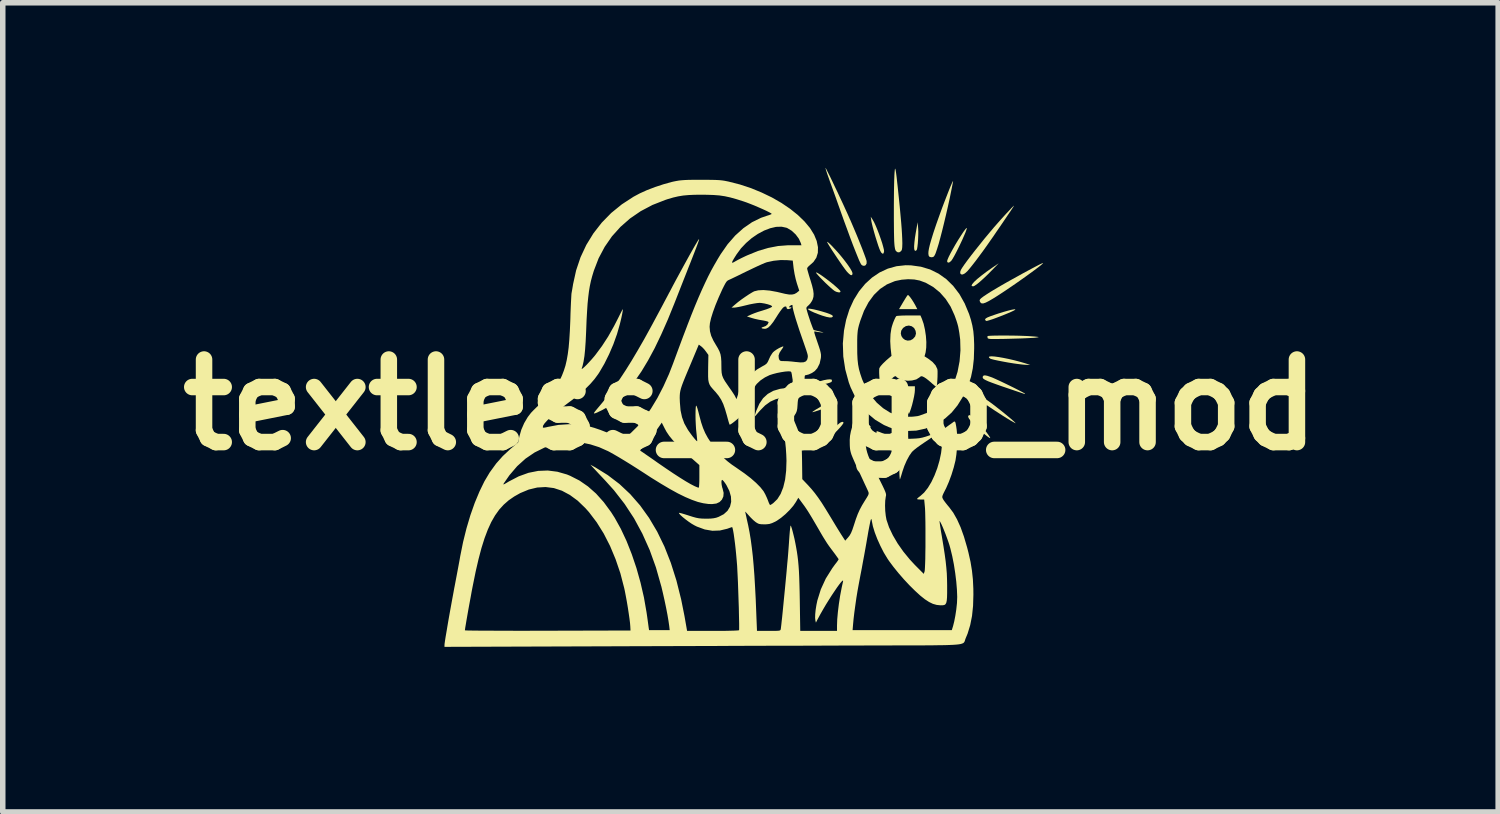
<source format=kicad_pcb>
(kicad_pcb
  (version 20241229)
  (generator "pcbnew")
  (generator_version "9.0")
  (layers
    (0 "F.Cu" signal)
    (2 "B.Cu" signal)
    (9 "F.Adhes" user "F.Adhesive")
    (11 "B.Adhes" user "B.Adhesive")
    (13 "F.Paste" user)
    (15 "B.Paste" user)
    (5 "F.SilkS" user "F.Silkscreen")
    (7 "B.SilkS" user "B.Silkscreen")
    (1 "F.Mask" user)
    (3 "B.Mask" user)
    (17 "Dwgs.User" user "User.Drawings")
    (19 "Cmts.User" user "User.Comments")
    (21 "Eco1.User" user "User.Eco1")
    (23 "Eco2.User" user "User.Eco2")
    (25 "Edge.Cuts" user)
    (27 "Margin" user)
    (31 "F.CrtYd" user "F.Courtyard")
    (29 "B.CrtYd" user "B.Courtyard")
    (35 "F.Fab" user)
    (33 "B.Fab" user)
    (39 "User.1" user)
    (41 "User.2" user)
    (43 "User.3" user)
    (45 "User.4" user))
  (footprint "textless_logo_mod"
    (layer "F.Cu")
    (at 10.586 4.304)
    (property "Reference" "textless_logo_mod" (at 0 0 0) (layer "F.SilkS") (effects (font (size 1.5 1.5) (thickness 0.3))))
    (attr board_only exclude_from_pos_files exclude_from_bom)
    (fp_poly (pts (xy 2.877 -1.983) (xy 2.903 -1.952) (xy 2.933 -1.91) (xy 2.964 -1.861) (xy 2.992 -1.812) (xy 2.996 -1.805) (xy 3.031 -1.737) (xy 2.865 -1.737) (xy 2.699 -1.737) (xy 2.73 -1.79) (xy 2.776 -1.868) (xy 2.81 -1.924) (xy 2.834 -1.962) (xy 2.849 -1.984) (xy 2.859 -1.993) (xy 2.862 -1.994)) (stroke (width 0) (type solid)) (fill yes) (layer "F.SilkS"))
    (fp_poly (pts (xy 4.388 -2.445) (xy 4.306 -2.362) (xy 4.23 -2.29) (xy 4.163 -2.23) (xy 4.108 -2.186) (xy 4.067 -2.159) (xy 4.045 -2.151) (xy 4.022 -2.157) (xy 4.017 -2.164) (xy 4.029 -2.192) (xy 4.063 -2.232) (xy 4.119 -2.284) (xy 4.194 -2.345) (xy 4.286 -2.415) (xy 4.388 -2.487) (xy 4.51 -2.57)) (stroke (width 0) (type solid)) (fill yes) (layer "F.SilkS"))
    (fp_poly (pts (xy 1.474 -0.456) (xy 1.479 -0.451) (xy 1.479 -0.428) (xy 1.47 -0.414) (xy 1.445 -0.402) (xy 1.397 -0.387) (xy 1.334 -0.373) (xy 1.262 -0.359) (xy 1.186 -0.349) (xy 1.134 -0.343) (xy 1.036 -0.335) (xy 1.1 -0.365) (xy 1.178 -0.398) (xy 1.256 -0.425) (xy 1.33 -0.446) (xy 1.394 -0.458) (xy 1.444 -0.462)) (stroke (width 0) (type solid)) (fill yes) (layer "F.SilkS"))
    (fp_poly (pts (xy 3.046 -3.209) (xy 3.049 -3.149) (xy 3.048 -3.077) (xy 3.045 -3.002) (xy 3.04 -2.93) (xy 3.033 -2.869) (xy 3.026 -2.827) (xy 3.023 -2.819) (xy 3.006 -2.796) (xy 2.985 -2.801) (xy 2.983 -2.804) (xy 2.975 -2.828) (xy 2.973 -2.877) (xy 2.978 -2.946) (xy 2.988 -3.032) (xy 3.004 -3.132) (xy 3.005 -3.137) (xy 3.037 -3.316)) (stroke (width 0) (type solid)) (fill yes) (layer "F.SilkS"))
    (fp_poly (pts (xy 1.093 -1.743) (xy 1.15 -1.733) (xy 1.224 -1.715) (xy 1.284 -1.699) (xy 1.374 -1.672) (xy 1.438 -1.649) (xy 1.478 -1.63) (xy 1.496 -1.614) (xy 1.497 -1.605) (xy 1.48 -1.588) (xy 1.442 -1.585) (xy 1.382 -1.596) (xy 1.301 -1.62) (xy 1.224 -1.648) (xy 1.156 -1.675) (xy 1.1 -1.701) (xy 1.061 -1.722) (xy 1.044 -1.738) (xy 1.043 -1.74) (xy 1.056 -1.746)) (stroke (width 0) (type solid)) (fill yes) (layer "F.SilkS"))
    (fp_poly (pts (xy 2.781 -0.345) (xy 2.807 -0.34) (xy 2.851 -0.337) (xy 2.896 -0.336) (xy 2.987 -0.336) (xy 2.987 -0.266) (xy 2.983 -0.217) (xy 2.972 -0.15) (xy 2.955 -0.073) (xy 2.936 0.004) (xy 2.915 0.074) (xy 2.898 0.121) (xy 2.877 0.172) (xy 2.853 0.114) (xy 2.827 0.046) (xy 2.804 -0.027) (xy 2.785 -0.103) (xy 2.771 -0.175) (xy 2.762 -0.24) (xy 2.76 -0.293) (xy 2.763 -0.33) (xy 2.775 -0.345)) (stroke (width 0) (type solid)) (fill yes) (layer "F.SilkS"))
    (fp_poly (pts (xy 1.537 -0.073) (xy 1.555 -0.057) (xy 1.545 -0.035) (xy 1.511 -0.007) (xy 1.502 -0.002) (xy 1.472 0.013) (xy 1.425 0.033) (xy 1.365 0.056) (xy 1.301 0.08) (xy 1.238 0.102) (xy 1.183 0.12) (xy 1.142 0.132) (xy 1.125 0.136) (xy 1.127 0.129) (xy 1.15 0.112) (xy 1.188 0.087) (xy 1.194 0.084) (xy 1.263 0.043) (xy 1.335 0.005) (xy 1.403 -0.027) (xy 1.462 -0.053) (xy 1.508 -0.069) (xy 1.535 -0.074)) (stroke (width 0) (type solid)) (fill yes) (layer "F.SilkS"))
    (fp_poly (pts (xy 2.222 -3.359) (xy 2.247 -3.314) (xy 2.276 -3.251) (xy 2.307 -3.176) (xy 2.338 -3.095) (xy 2.367 -3.013) (xy 2.393 -2.935) (xy 2.412 -2.867) (xy 2.425 -2.814) (xy 2.427 -2.784) (xy 2.417 -2.75) (xy 2.4 -2.744) (xy 2.377 -2.763) (xy 2.36 -2.792) (xy 2.343 -2.831) (xy 2.321 -2.892) (xy 2.297 -2.967) (xy 2.271 -3.05) (xy 2.246 -3.136) (xy 2.224 -3.216) (xy 2.207 -3.285) (xy 2.196 -3.336) (xy 2.195 -3.345) (xy 2.185 -3.416)) (stroke (width 0) (type solid)) (fill yes) (layer "F.SilkS"))
    (fp_poly (pts (xy 4.438 -0.876) (xy 4.511 -0.866) (xy 4.596 -0.851) (xy 4.69 -0.832) (xy 4.789 -0.809) (xy 4.889 -0.783) (xy 4.986 -0.755) (xy 5.017 -0.745) (xy 5.081 -0.725) (xy 5.017 -0.725) (xy 4.976 -0.727) (xy 4.917 -0.733) (xy 4.846 -0.742) (xy 4.788 -0.75) (xy 4.682 -0.767) (xy 4.584 -0.785) (xy 4.497 -0.802) (xy 4.427 -0.817) (xy 4.378 -0.83) (xy 4.356 -0.838) (xy 4.335 -0.856) (xy 4.331 -0.867) (xy 4.344 -0.877) (xy 4.381 -0.88)) (stroke (width 0) (type solid)) (fill yes) (layer "F.SilkS"))
    (fp_poly (pts (xy 4.81 -1.726) (xy 4.787 -1.712) (xy 4.743 -1.691) (xy 4.683 -1.665) (xy 4.613 -1.636) (xy 4.537 -1.606) (xy 4.463 -1.578) (xy 4.395 -1.553) (xy 4.338 -1.535) (xy 4.299 -1.524) (xy 4.287 -1.522) (xy 4.27 -1.533) (xy 4.265 -1.539) (xy 4.263 -1.553) (xy 4.276 -1.569) (xy 4.307 -1.587) (xy 4.359 -1.608) (xy 4.434 -1.634) (xy 4.502 -1.657) (xy 4.596 -1.686) (xy 4.677 -1.709) (xy 4.741 -1.725) (xy 4.786 -1.733) (xy 4.81 -1.734)) (stroke (width 0) (type solid)) (fill yes) (layer "F.SilkS"))
    (fp_poly (pts (xy 1.207 -2.401) (xy 1.24 -2.382) (xy 1.287 -2.352) (xy 1.343 -2.312) (xy 1.403 -2.267) (xy 1.465 -2.219) (xy 1.522 -2.172) (xy 1.572 -2.128) (xy 1.61 -2.092) (xy 1.632 -2.067) (xy 1.636 -2.058) (xy 1.626 -2.043) (xy 1.598 -2.042) (xy 1.56 -2.052) (xy 1.529 -2.067) (xy 1.5 -2.089) (xy 1.46 -2.123) (xy 1.412 -2.167) (xy 1.36 -2.216) (xy 1.309 -2.267) (xy 1.263 -2.314) (xy 1.225 -2.356) (xy 1.199 -2.386) (xy 1.19 -2.402) (xy 1.191 -2.403)) (stroke (width 0) (type solid)) (fill yes) (layer "F.SilkS"))
    (fp_poly (pts (xy 3.998 0.194) (xy 4.026 0.215) (xy 4.068 0.252) (xy 4.09 0.274) (xy 4.145 0.33) (xy 4.205 0.398) (xy 4.263 0.468) (xy 4.314 0.535) (xy 4.35 0.589) (xy 4.351 0.59) (xy 4.356 0.606) (xy 4.342 0.602) (xy 4.308 0.579) (xy 4.255 0.537) (xy 4.252 0.534) (xy 4.182 0.473) (xy 4.115 0.41) (xy 4.055 0.351) (xy 4.007 0.299) (xy 3.975 0.26) (xy 3.97 0.252) (xy 3.955 0.222) (xy 3.956 0.204) (xy 3.966 0.193) (xy 3.98 0.188)) (stroke (width 0) (type solid)) (fill yes) (layer "F.SilkS"))
    (fp_poly (pts (xy 1.688 0.317) (xy 1.689 0.318) (xy 1.687 0.336) (xy 1.665 0.368) (xy 1.627 0.414) (xy 1.574 0.471) (xy 1.508 0.535) (xy 1.434 0.604) (xy 1.352 0.676) (xy 1.344 0.683) (xy 1.274 0.743) (xy 1.224 0.784) (xy 1.193 0.809) (xy 1.179 0.818) (xy 1.181 0.811) (xy 1.197 0.789) (xy 1.226 0.753) (xy 1.241 0.735) (xy 1.295 0.67) (xy 1.356 0.601) (xy 1.42 0.531) (xy 1.482 0.466) (xy 1.538 0.408) (xy 1.586 0.362) (xy 1.622 0.332) (xy 1.635 0.323) (xy 1.667 0.31)) (stroke (width 0) (type solid)) (fill yes) (layer "F.SilkS"))
    (fp_poly (pts (xy 3.931 -3.21) (xy 3.931 -3.209) (xy 3.924 -3.181) (xy 3.907 -3.133) (xy 3.88 -3.07) (xy 3.848 -2.997) (xy 3.811 -2.918) (xy 3.772 -2.838) (xy 3.734 -2.763) (xy 3.699 -2.697) (xy 3.669 -2.646) (xy 3.647 -2.614) (xy 3.644 -2.611) (xy 3.612 -2.586) (xy 3.587 -2.582) (xy 3.574 -2.6) (xy 3.573 -2.611) (xy 3.581 -2.639) (xy 3.602 -2.688) (xy 3.635 -2.753) (xy 3.678 -2.831) (xy 3.728 -2.919) (xy 3.776 -2.998) (xy 3.828 -3.079) (xy 3.87 -3.143) (xy 3.903 -3.187) (xy 3.923 -3.21)) (stroke (width 0) (type solid)) (fill yes) (layer "F.SilkS"))
    (fp_poly (pts (xy 1.404 -2.955) (xy 1.433 -2.931) (xy 1.472 -2.893) (xy 1.519 -2.843) (xy 1.571 -2.787) (xy 1.624 -2.726) (xy 1.674 -2.665) (xy 1.704 -2.627) (xy 1.767 -2.543) (xy 1.812 -2.477) (xy 1.84 -2.428) (xy 1.853 -2.394) (xy 1.853 -2.371) (xy 1.839 -2.354) (xy 1.818 -2.358) (xy 1.793 -2.377) (xy 1.773 -2.396) (xy 1.748 -2.423) (xy 1.719 -2.461) (xy 1.681 -2.513) (xy 1.633 -2.582) (xy 1.573 -2.67) (xy 1.53 -2.735) (xy 1.484 -2.804) (xy 1.445 -2.865) (xy 1.415 -2.914) (xy 1.396 -2.948) (xy 1.391 -2.961)) (stroke (width 0) (type solid)) (fill yes) (layer "F.SilkS"))
    (fp_poly (pts (xy 4.156 -0.162) (xy 4.202 -0.144) (xy 4.263 -0.109) (xy 4.289 -0.091) (xy 4.342 -0.054) (xy 4.404 -0.008) (xy 4.471 0.044) (xy 4.54 0.098) (xy 4.609 0.153) (xy 4.672 0.205) (xy 4.728 0.252) (xy 4.773 0.291) (xy 4.803 0.319) (xy 4.816 0.334) (xy 4.814 0.336) (xy 4.801 0.329) (xy 4.769 0.311) (xy 4.724 0.286) (xy 4.71 0.277) (xy 4.655 0.244) (xy 4.588 0.202) (xy 4.512 0.153) (xy 4.432 0.101) (xy 4.354 0.049) (xy 4.283 0.001) (xy 4.223 -0.041) (xy 4.179 -0.072) (xy 4.163 -0.085) (xy 4.134 -0.114) (xy 4.118 -0.139) (xy 4.117 -0.144) (xy 4.127 -0.162)) (stroke (width 0) (type solid)) (fill yes) (layer "F.SilkS"))
    (fp_poly (pts (xy 4.302 -0.526) (xy 4.364 -0.505) (xy 4.394 -0.494) (xy 4.437 -0.475) (xy 4.494 -0.449) (xy 4.563 -0.417) (xy 4.638 -0.381) (xy 4.716 -0.343) (xy 4.791 -0.306) (xy 4.86 -0.271) (xy 4.918 -0.241) (xy 4.961 -0.218) (xy 4.985 -0.203) (xy 4.989 -0.2) (xy 4.985 -0.194) (xy 4.971 -0.199) (xy 4.934 -0.211) (xy 4.878 -0.23) (xy 4.807 -0.254) (xy 4.725 -0.282) (xy 4.695 -0.292) (xy 4.566 -0.336) (xy 4.461 -0.373) (xy 4.379 -0.403) (xy 4.317 -0.427) (xy 4.272 -0.448) (xy 4.242 -0.465) (xy 4.225 -0.48) (xy 4.219 -0.494) (xy 4.22 -0.509) (xy 4.221 -0.513) (xy 4.235 -0.53) (xy 4.26 -0.534)) (stroke (width 0) (type solid)) (fill yes) (layer "F.SilkS"))
    (fp_poly (pts (xy 4.689 -1.257) (xy 4.786 -1.256) (xy 4.88 -1.254) (xy 4.968 -1.251) (xy 5.044 -1.248) (xy 5.096 -1.244) (xy 5.167 -1.239) (xy 5.212 -1.234) (xy 5.233 -1.231) (xy 5.233 -1.227) (xy 5.215 -1.224) (xy 5.189 -1.22) (xy 5.153 -1.216) (xy 5.094 -1.213) (xy 5.016 -1.209) (xy 4.923 -1.205) (xy 4.82 -1.202) (xy 4.714 -1.199) (xy 4.596 -1.196) (xy 4.505 -1.195) (xy 4.435 -1.194) (xy 4.384 -1.194) (xy 4.35 -1.196) (xy 4.328 -1.2) (xy 4.315 -1.205) (xy 4.309 -1.211) (xy 4.308 -1.214) (xy 4.305 -1.239) (xy 4.309 -1.248) (xy 4.327 -1.251) (xy 4.368 -1.254) (xy 4.43 -1.256) (xy 4.507 -1.257) (xy 4.595 -1.258)) (stroke (width 0) (type solid)) (fill yes) (layer "F.SilkS"))
    (fp_poly (pts (xy 3.68 -4.052) (xy 3.651 -3.905) (xy 3.62 -3.752) (xy 3.586 -3.598) (xy 3.551 -3.445) (xy 3.516 -3.298) (xy 3.482 -3.16) (xy 3.449 -3.033) (xy 3.419 -2.923) (xy 3.391 -2.833) (xy 3.368 -2.765) (xy 3.359 -2.741) (xy 3.339 -2.703) (xy 3.32 -2.685) (xy 3.292 -2.68) (xy 3.289 -2.68) (xy 3.255 -2.686) (xy 3.239 -2.706) (xy 3.236 -2.716) (xy 3.232 -2.747) (xy 3.234 -2.787) (xy 3.243 -2.84) (xy 3.259 -2.908) (xy 3.284 -2.996) (xy 3.318 -3.107) (xy 3.322 -3.12) (xy 3.347 -3.195) (xy 3.376 -3.281) (xy 3.409 -3.374) (xy 3.444 -3.472) (xy 3.48 -3.571) (xy 3.517 -3.669) (xy 3.553 -3.762) (xy 3.586 -3.847) (xy 3.616 -3.923) (xy 3.642 -3.985) (xy 3.662 -4.031) (xy 3.675 -4.058) (xy 3.681 -4.062)) (stroke (width 0) (type solid)) (fill yes) (layer "F.SilkS"))
    (fp_poly (pts (xy 5.317 -2.575) (xy 5.306 -2.561) (xy 5.274 -2.533) (xy 5.224 -2.494) (xy 5.159 -2.445) (xy 5.082 -2.389) (xy 4.997 -2.327) (xy 4.905 -2.262) (xy 4.811 -2.196) (xy 4.717 -2.132) (xy 4.626 -2.07) (xy 4.541 -2.014) (xy 4.465 -1.965) (xy 4.407 -1.929) (xy 4.33 -1.884) (xy 4.272 -1.855) (xy 4.23 -1.841) (xy 4.201 -1.841) (xy 4.181 -1.854) (xy 4.174 -1.866) (xy 4.165 -1.884) (xy 4.164 -1.901) (xy 4.174 -1.919) (xy 4.196 -1.94) (xy 4.235 -1.969) (xy 4.292 -2.007) (xy 4.359 -2.05) (xy 4.417 -2.085) (xy 4.488 -2.127) (xy 4.57 -2.175) (xy 4.661 -2.227) (xy 4.756 -2.28) (xy 4.854 -2.334) (xy 4.949 -2.387) (xy 5.04 -2.436) (xy 5.124 -2.481) (xy 5.196 -2.519) (xy 5.254 -2.549) (xy 5.295 -2.568) (xy 5.316 -2.576)) (stroke (width 0) (type solid)) (fill yes) (layer "F.SilkS"))
    (fp_poly (pts (xy 2.631 -4.287) (xy 2.637 -4.262) (xy 2.645 -4.213) (xy 2.655 -4.137) (xy 2.666 -4.035) (xy 2.673 -3.974) (xy 2.694 -3.772) (xy 2.712 -3.596) (xy 2.726 -3.443) (xy 2.738 -3.311) (xy 2.747 -3.197) (xy 2.753 -3.099) (xy 2.757 -3.015) (xy 2.759 -2.941) (xy 2.759 -2.922) (xy 2.757 -2.862) (xy 2.752 -2.823) (xy 2.742 -2.8) (xy 2.733 -2.789) (xy 2.702 -2.769) (xy 2.674 -2.771) (xy 2.651 -2.786) (xy 2.636 -2.803) (xy 2.626 -2.833) (xy 2.618 -2.881) (xy 2.614 -2.925) (xy 2.611 -2.975) (xy 2.609 -3.048) (xy 2.607 -3.142) (xy 2.606 -3.25) (xy 2.605 -3.37) (xy 2.605 -3.497) (xy 2.605 -3.625) (xy 2.606 -3.752) (xy 2.607 -3.872) (xy 2.609 -3.981) (xy 2.611 -4.075) (xy 2.614 -4.149) (xy 2.614 -4.159) (xy 2.618 -4.223) (xy 2.622 -4.267) (xy 2.626 -4.288)) (stroke (width 0) (type solid)) (fill yes) (layer "F.SilkS"))
    (fp_poly (pts (xy 4.781 -3.604) (xy 4.759 -3.57) (xy 4.726 -3.52) (xy 4.683 -3.457) (xy 4.633 -3.383) (xy 4.579 -3.303) (xy 4.522 -3.22) (xy 4.465 -3.137) (xy 4.411 -3.057) (xy 4.36 -2.985) (xy 4.317 -2.923) (xy 4.312 -2.916) (xy 4.239 -2.813) (xy 4.166 -2.714) (xy 4.097 -2.621) (xy 4.034 -2.54) (xy 3.981 -2.474) (xy 3.941 -2.427) (xy 3.94 -2.426) (xy 3.896 -2.387) (xy 3.857 -2.367) (xy 3.826 -2.369) (xy 3.811 -2.388) (xy 3.811 -2.415) (xy 3.823 -2.451) (xy 3.824 -2.452) (xy 3.849 -2.493) (xy 3.89 -2.553) (xy 3.945 -2.628) (xy 4.011 -2.715) (xy 4.086 -2.811) (xy 4.167 -2.912) (xy 4.251 -3.017) (xy 4.337 -3.12) (xy 4.421 -3.22) (xy 4.487 -3.295) (xy 4.541 -3.356) (xy 4.596 -3.417) (xy 4.65 -3.476) (xy 4.7 -3.529) (xy 4.741 -3.573) (xy 4.771 -3.603) (xy 4.787 -3.617) (xy 4.788 -3.617)) (stroke (width 0) (type solid)) (fill yes) (layer "F.SilkS"))
    (fp_poly (pts (xy 1.37 -4.294) (xy 1.388 -4.26) (xy 1.414 -4.207) (xy 1.449 -4.138) (xy 1.489 -4.055) (xy 1.533 -3.962) (xy 1.581 -3.863) (xy 1.629 -3.759) (xy 1.678 -3.655) (xy 1.724 -3.554) (xy 1.768 -3.458) (xy 1.806 -3.371) (xy 1.812 -3.36) (xy 1.857 -3.255) (xy 1.903 -3.147) (xy 1.948 -3.039) (xy 1.99 -2.934) (xy 2.029 -2.837) (xy 2.061 -2.752) (xy 2.087 -2.682) (xy 2.104 -2.632) (xy 2.11 -2.61) (xy 2.11 -2.566) (xy 2.092 -2.535) (xy 2.063 -2.523) (xy 2.03 -2.532) (xy 2.012 -2.548) (xy 1.998 -2.573) (xy 1.974 -2.623) (xy 1.944 -2.696) (xy 1.906 -2.79) (xy 1.862 -2.902) (xy 1.813 -3.032) (xy 1.76 -3.177) (xy 1.702 -3.334) (xy 1.642 -3.502) (xy 1.622 -3.559) (xy 1.588 -3.654) (xy 1.549 -3.765) (xy 1.507 -3.881) (xy 1.467 -3.991) (xy 1.448 -4.043) (xy 1.42 -4.123) (xy 1.395 -4.193) (xy 1.377 -4.249) (xy 1.365 -4.288) (xy 1.362 -4.304) (xy 1.362 -4.304)) (stroke (width 0) (type solid)) (fill yes) (layer "F.SilkS"))
    (fp_poly (pts (xy 2.312 0.484) (xy 2.349 0.497) (xy 2.399 0.517) (xy 2.429 0.528) (xy 2.538 0.569) (xy 2.634 0.597) (xy 2.724 0.613) (xy 2.82 0.62) (xy 2.923 0.618) (xy 3.004 0.614) (xy 3.067 0.608) (xy 3.123 0.597) (xy 3.183 0.58) (xy 3.243 0.56) (xy 3.307 0.538) (xy 3.347 0.526) (xy 3.368 0.522) (xy 3.373 0.526) (xy 3.365 0.537) (xy 3.364 0.538) (xy 3.343 0.557) (xy 3.303 0.587) (xy 3.249 0.625) (xy 3.186 0.668) (xy 3.157 0.687) (xy 3.089 0.734) (xy 3.026 0.779) (xy 2.974 0.82) (xy 2.939 0.852) (xy 2.931 0.861) (xy 2.885 0.927) (xy 2.838 1.014) (xy 2.795 1.113) (xy 2.76 1.215) (xy 2.755 1.233) (xy 2.739 1.286) (xy 2.725 1.329) (xy 2.717 1.353) (xy 2.715 1.356) (xy 2.712 1.345) (xy 2.709 1.312) (xy 2.706 1.261) (xy 2.705 1.217) (xy 2.701 1.146) (xy 2.693 1.076) (xy 2.684 1.018) (xy 2.68 0.998) (xy 2.643 0.915) (xy 2.582 0.831) (xy 2.499 0.749) (xy 2.466 0.722) (xy 2.398 0.669) (xy 2.35 0.63) (xy 2.318 0.6) (xy 2.3 0.578) (xy 2.29 0.558) (xy 2.287 0.537) (xy 2.287 0.527) (xy 2.289 0.495) (xy 2.295 0.479) (xy 2.296 0.479)) (stroke (width 0) (type solid)) (fill yes) (layer "F.SilkS"))
    (fp_poly (pts (xy -0.934 -3.004) (xy -0.937 -2.99) (xy -0.946 -2.962) (xy -0.961 -2.92) (xy -0.983 -2.861) (xy -1.013 -2.783) (xy -1.052 -2.683) (xy -1.1 -2.56) (xy -1.118 -2.516) (xy -1.164 -2.398) (xy -1.213 -2.274) (xy -1.261 -2.152) (xy -1.306 -2.037) (xy -1.346 -1.935) (xy -1.378 -1.854) (xy -1.379 -1.851) (xy -1.501 -1.55) (xy -1.622 -1.276) (xy -1.741 -1.028) (xy -1.86 -0.807) (xy -1.979 -0.609) (xy -2.099 -0.435) (xy -2.221 -0.284) (xy -2.345 -0.154) (xy -2.472 -0.044) (xy -2.603 0.046) (xy -2.695 0.097) (xy -2.766 0.131) (xy -2.813 0.152) (xy -2.839 0.159) (xy -2.845 0.153) (xy -2.833 0.132) (xy -2.805 0.097) (xy -2.8 0.091) (xy -2.687 -0.044) (xy -2.579 -0.182) (xy -2.474 -0.323) (xy -2.37 -0.472) (xy -2.266 -0.63) (xy -2.159 -0.802) (xy -2.048 -0.989) (xy -1.93 -1.194) (xy -1.805 -1.421) (xy -1.712 -1.594) (xy -1.661 -1.689) (xy -1.608 -1.788) (xy -1.557 -1.885) (xy -1.511 -1.971) (xy -1.475 -2.04) (xy -1.472 -2.044) (xy -1.413 -2.157) (xy -1.351 -2.273) (xy -1.288 -2.389) (xy -1.226 -2.503) (xy -1.166 -2.612) (xy -1.11 -2.714) (xy -1.059 -2.804) (xy -1.015 -2.882) (xy -0.979 -2.943) (xy -0.953 -2.986) (xy -0.938 -3.007) (xy -0.936 -3.009)) (stroke (width 0) (type solid)) (fill yes) (layer "F.SilkS"))
    (fp_poly (pts (xy 3.114 -1.562) (xy 3.146 -1.47) (xy 3.17 -1.364) (xy 3.187 -1.251) (xy 3.195 -1.14) (xy 3.193 -1.038) (xy 3.182 -0.952) (xy 3.177 -0.933) (xy 3.162 -0.88) (xy 3.231 -0.836) (xy 3.308 -0.777) (xy 3.363 -0.715) (xy 3.393 -0.653) (xy 3.396 -0.642) (xy 3.399 -0.61) (xy 3.399 -0.562) (xy 3.398 -0.504) (xy 3.395 -0.444) (xy 3.391 -0.389) (xy 3.386 -0.347) (xy 3.381 -0.325) (xy 3.38 -0.324) (xy 3.368 -0.33) (xy 3.34 -0.352) (xy 3.301 -0.385) (xy 3.285 -0.4) (xy 3.237 -0.441) (xy 3.191 -0.477) (xy 3.154 -0.501) (xy 3.148 -0.504) (xy 3.116 -0.518) (xy 3.095 -0.516) (xy 3.071 -0.498) (xy 3.068 -0.495) (xy 3.012 -0.46) (xy 2.935 -0.441) (xy 2.859 -0.436) (xy 2.802 -0.442) (xy 2.743 -0.456) (xy 2.692 -0.476) (xy 2.658 -0.499) (xy 2.652 -0.506) (xy 2.641 -0.518) (xy 2.625 -0.518) (xy 2.601 -0.504) (xy 2.567 -0.474) (xy 2.518 -0.425) (xy 2.493 -0.4) (xy 2.44 -0.346) (xy 2.403 -0.312) (xy 2.38 -0.297) (xy 2.369 -0.298) (xy 2.368 -0.3) (xy 2.36 -0.333) (xy 2.352 -0.385) (xy 2.346 -0.448) (xy 2.341 -0.515) (xy 2.338 -0.578) (xy 2.338 -0.63) (xy 2.341 -0.663) (xy 2.342 -0.666) (xy 2.364 -0.701) (xy 2.406 -0.748) (xy 2.466 -0.806) (xy 2.521 -0.853) (xy 2.562 -0.888) (xy 2.546 -1.032) (xy 2.539 -1.157) (xy 2.544 -1.279) (xy 2.546 -1.296) (xy 2.731 -1.296) (xy 2.742 -1.248) (xy 2.769 -1.208) (xy 2.808 -1.178) (xy 2.856 -1.165) (xy 2.907 -1.171) (xy 2.951 -1.195) (xy 2.992 -1.241) (xy 3.007 -1.293) (xy 3 -1.342) (xy 2.973 -1.394) (xy 2.93 -1.426) (xy 2.878 -1.439) (xy 2.823 -1.429) (xy 2.773 -1.396) (xy 2.772 -1.395) (xy 2.739 -1.346) (xy 2.731 -1.296) (xy 2.546 -1.296) (xy 2.56 -1.387) (xy 2.571 -1.429) (xy 2.59 -1.487) (xy 2.612 -1.541) (xy 2.632 -1.584) (xy 2.648 -1.609) (xy 2.651 -1.611) (xy 2.67 -1.615) (xy 2.712 -1.618) (xy 2.772 -1.621) (xy 2.844 -1.622) (xy 2.877 -1.622) (xy 3.088 -1.622)) (stroke (width 0) (type solid)) (fill yes) (layer "F.SilkS"))
    (fp_poly (pts (xy 2.916 -2.533) (xy 3.096 -2.508) (xy 3.263 -2.458) (xy 3.417 -2.382) (xy 3.558 -2.282) (xy 3.684 -2.158) (xy 3.796 -2.011) (xy 3.892 -1.84) (xy 3.972 -1.648) (xy 4.006 -1.541) (xy 4.031 -1.44) (xy 4.049 -1.337) (xy 4.059 -1.224) (xy 4.064 -1.095) (xy 4.064 -1.022) (xy 4.058 -0.832) (xy 4.039 -0.662) (xy 4.007 -0.506) (xy 3.958 -0.357) (xy 3.893 -0.21) (xy 3.857 -0.142) (xy 3.761 0.012) (xy 3.655 0.142) (xy 3.535 0.25) (xy 3.398 0.34) (xy 3.338 0.371) (xy 3.178 0.434) (xy 3.012 0.47) (xy 2.841 0.477) (xy 2.666 0.457) (xy 2.599 0.438) (xy 2.517 0.408) (xy 2.432 0.371) (xy 2.42 0.365) (xy 2.266 0.273) (xy 2.128 0.158) (xy 2.007 0.02) (xy 1.904 -0.138) (xy 1.819 -0.317) (xy 1.786 -0.406) (xy 1.722 -0.642) (xy 1.686 -0.877) (xy 1.68 -1.058) (xy 1.939 -1.058) (xy 1.94 -0.93) (xy 1.945 -0.824) (xy 1.955 -0.732) (xy 1.971 -0.647) (xy 1.995 -0.562) (xy 2.026 -0.47) (xy 2.036 -0.445) (xy 2.104 -0.295) (xy 2.192 -0.158) (xy 2.294 -0.038) (xy 2.41 0.063) (xy 2.535 0.142) (xy 2.666 0.195) (xy 2.682 0.2) (xy 2.758 0.214) (xy 2.85 0.219) (xy 2.946 0.217) (xy 3.033 0.207) (xy 3.066 0.199) (xy 3.199 0.151) (xy 3.327 0.078) (xy 3.444 -0.017) (xy 3.547 -0.128) (xy 3.628 -0.25) (xy 3.705 -0.416) (xy 3.762 -0.597) (xy 3.799 -0.79) (xy 3.815 -0.987) (xy 3.81 -1.184) (xy 3.795 -1.301) (xy 3.784 -1.366) (xy 3.774 -1.419) (xy 3.761 -1.468) (xy 3.744 -1.523) (xy 3.72 -1.591) (xy 3.706 -1.629) (xy 3.636 -1.783) (xy 3.547 -1.921) (xy 3.441 -2.041) (xy 3.319 -2.14) (xy 3.185 -2.216) (xy 3.074 -2.257) (xy 2.976 -2.276) (xy 2.864 -2.281) (xy 2.748 -2.272) (xy 2.639 -2.25) (xy 2.618 -2.244) (xy 2.478 -2.186) (xy 2.353 -2.103) (xy 2.243 -1.996) (xy 2.146 -1.864) (xy 2.063 -1.708) (xy 1.995 -1.526) (xy 1.97 -1.444) (xy 1.959 -1.399) (xy 1.95 -1.355) (xy 1.945 -1.307) (xy 1.941 -1.249) (xy 1.939 -1.176) (xy 1.939 -1.081) (xy 1.939 -1.058) (xy 1.68 -1.058) (xy 1.678 -1.113) (xy 1.699 -1.348) (xy 1.738 -1.544) (xy 1.798 -1.734) (xy 1.877 -1.907) (xy 1.973 -2.062) (xy 2.084 -2.197) (xy 2.209 -2.311) (xy 2.347 -2.404) (xy 2.495 -2.473) (xy 2.653 -2.517) (xy 2.818 -2.535)) (stroke (width 0) (type solid)) (fill yes) (layer "F.SilkS"))
    (fp_poly (pts (xy -0.787 -4.087) (xy -0.696 -4.086) (xy -0.624 -4.084) (xy -0.566 -4.081) (xy -0.516 -4.076) (xy -0.469 -4.069) (xy -0.42 -4.059) (xy -0.4 -4.055) (xy -0.192 -4.002) (xy 0.011 -3.935) (xy 0.205 -3.855) (xy 0.39 -3.766) (xy 0.562 -3.667) (xy 0.72 -3.56) (xy 0.86 -3.448) (xy 0.981 -3.331) (xy 1.081 -3.211) (xy 1.156 -3.09) (xy 1.203 -2.976) (xy 1.226 -2.863) (xy 1.224 -2.761) (xy 1.196 -2.671) (xy 1.144 -2.594) (xy 1.096 -2.551) (xy 1.06 -2.52) (xy 1.035 -2.492) (xy 1.029 -2.477) (xy 1.033 -2.455) (xy 1.045 -2.412) (xy 1.062 -2.353) (xy 1.083 -2.284) (xy 1.088 -2.27) (xy 1.119 -2.166) (xy 1.139 -2.083) (xy 1.147 -2.016) (xy 1.144 -1.961) (xy 1.13 -1.913) (xy 1.115 -1.883) (xy 1.088 -1.842) (xy 1.058 -1.809) (xy 1.048 -1.801) (xy 1.023 -1.777) (xy 1.015 -1.758) (xy 1.019 -1.733) (xy 1.031 -1.69) (xy 1.048 -1.633) (xy 1.069 -1.57) (xy 1.09 -1.506) (xy 1.112 -1.446) (xy 1.13 -1.398) (xy 1.144 -1.366) (xy 1.15 -1.357) (xy 1.171 -1.352) (xy 1.211 -1.342) (xy 1.258 -1.331) (xy 1.304 -1.32) (xy 1.324 -1.314) (xy 1.319 -1.312) (xy 1.29 -1.314) (xy 1.283 -1.315) (xy 1.234 -1.321) (xy 1.192 -1.328) (xy 1.181 -1.33) (xy 1.168 -1.333) (xy 1.16 -1.33) (xy 1.159 -1.318) (xy 1.164 -1.293) (xy 1.177 -1.252) (xy 1.198 -1.19) (xy 1.217 -1.134) (xy 1.245 -1.052) (xy 1.264 -0.992) (xy 1.275 -0.946) (xy 1.281 -0.91) (xy 1.281 -0.878) (xy 1.279 -0.85) (xy 1.256 -0.747) (xy 1.214 -0.664) (xy 1.168 -0.612) (xy 1.118 -0.578) (xy 1.06 -0.551) (xy 1.006 -0.537) (xy 0.993 -0.536) (xy 0.986 -0.523) (xy 0.983 -0.485) (xy 0.984 -0.427) (xy 0.984 -0.427) (xy 0.985 -0.344) (xy 0.981 -0.283) (xy 0.968 -0.237) (xy 0.945 -0.199) (xy 0.916 -0.167) (xy 0.889 -0.14) (xy 0.872 -0.115) (xy 0.863 -0.086) (xy 0.858 -0.044) (xy 0.855 0.003) (xy 0.85 0.068) (xy 0.841 0.114) (xy 0.826 0.152) (xy 0.809 0.179) (xy 0.77 0.239) (xy 0.822 0.359) (xy 0.855 0.441) (xy 0.882 0.512) (xy 0.901 0.58) (xy 0.916 0.649) (xy 0.926 0.726) (xy 0.932 0.815) (xy 0.935 0.922) (xy 0.937 1.026) (xy 0.941 1.352) (xy 1.046 1.462) (xy 1.108 1.531) (xy 1.168 1.604) (xy 1.229 1.686) (xy 1.294 1.781) (xy 1.365 1.894) (xy 1.442 2.02) (xy 1.491 2.101) (xy 1.541 2.184) (xy 1.588 2.261) (xy 1.628 2.325) (xy 1.646 2.354) (xy 1.721 2.47) (xy 1.775 2.409) (xy 1.803 2.373) (xy 1.827 2.33) (xy 1.851 2.272) (xy 1.877 2.194) (xy 1.879 2.188) (xy 1.915 2.077) (xy 1.949 1.986) (xy 1.985 1.906) (xy 2.026 1.829) (xy 2.077 1.745) (xy 2.079 1.742) (xy 2.114 1.686) (xy 2.136 1.648) (xy 2.146 1.622) (xy 2.147 1.601) (xy 2.141 1.581) (xy 2.138 1.574) (xy 2.126 1.547) (xy 2.104 1.499) (xy 2.074 1.435) (xy 2.04 1.361) (xy 2.009 1.294) (xy 1.955 1.178) (xy 1.911 1.085) (xy 1.878 1.01) (xy 1.853 0.952) (xy 1.834 0.905) (xy 1.822 0.866) (xy 1.814 0.833) (xy 1.809 0.802) (xy 1.806 0.768) (xy 1.804 0.729) (xy 1.804 0.721) (xy 1.803 0.638) (xy 1.809 0.562) (xy 1.824 0.484) (xy 1.848 0.398) (xy 1.885 0.295) (xy 1.889 0.283) (xy 1.933 0.165) (xy 2.059 0.282) (xy 2.185 0.399) (xy 2.144 0.446) (xy 2.114 0.489) (xy 2.095 0.54) (xy 2.088 0.605) (xy 2.09 0.689) (xy 2.091 0.706) (xy 2.097 0.759) (xy 2.106 0.811) (xy 2.12 0.866) (xy 2.14 0.926) (xy 2.169 0.996) (xy 2.207 1.08) (xy 2.255 1.181) (xy 2.316 1.303) (xy 2.317 1.304) (xy 2.365 1.401) (xy 2.402 1.476) (xy 2.429 1.533) (xy 2.447 1.575) (xy 2.458 1.606) (xy 2.463 1.629) (xy 2.463 1.649) (xy 2.459 1.667) (xy 2.458 1.671) (xy 2.448 1.743) (xy 2.445 1.832) (xy 2.448 1.928) (xy 2.458 2.019) (xy 2.471 2.09) (xy 2.517 2.226) (xy 2.586 2.371) (xy 2.674 2.521) (xy 2.778 2.669) (xy 2.896 2.813) (xy 2.985 2.909) (xy 3.148 3.073) (xy 3.163 3.03) (xy 3.167 3.005) (xy 3.17 2.955) (xy 3.173 2.885) (xy 3.176 2.797) (xy 3.177 2.696) (xy 3.179 2.586) (xy 3.179 2.471) (xy 3.179 2.354) (xy 3.179 2.239) (xy 3.178 2.131) (xy 3.176 2.033) (xy 3.174 1.948) (xy 3.171 1.882) (xy 3.168 1.847) (xy 3.156 1.722) (xy 3.096 1.722) (xy 3.056 1.721) (xy 3.03 1.716) (xy 3.026 1.714) (xy 3.032 1.702) (xy 3.057 1.68) (xy 3.085 1.659) (xy 3.155 1.596) (xy 3.223 1.51) (xy 3.287 1.404) (xy 3.344 1.283) (xy 3.394 1.152) (xy 3.434 1.015) (xy 3.463 0.877) (xy 3.479 0.742) (xy 3.481 0.615) (xy 3.479 0.588) (xy 3.47 0.468) (xy 3.554 0.41) (xy 3.602 0.375) (xy 3.646 0.344) (xy 3.676 0.322) (xy 3.695 0.308) (xy 3.709 0.304) (xy 3.72 0.314) (xy 3.728 0.341) (xy 3.737 0.39) (xy 3.746 0.451) (xy 3.755 0.549) (xy 3.757 0.663) (xy 3.752 0.785) (xy 3.741 0.904) (xy 3.725 1.01) (xy 3.724 1.015) (xy 3.693 1.139) (xy 3.652 1.272) (xy 3.604 1.402) (xy 3.554 1.517) (xy 3.538 1.548) (xy 3.509 1.605) (xy 3.492 1.643) (xy 3.485 1.668) (xy 3.486 1.688) (xy 3.495 1.708) (xy 3.497 1.713) (xy 3.516 1.743) (xy 3.549 1.787) (xy 3.589 1.837) (xy 3.608 1.859) (xy 3.684 1.961) (xy 3.753 2.083) (xy 3.818 2.227) (xy 3.878 2.395) (xy 3.935 2.589) (xy 3.96 2.686) (xy 3.998 2.855) (xy 4.024 3.014) (xy 4.041 3.173) (xy 4.049 3.344) (xy 4.05 3.452) (xy 4.044 3.656) (xy 4.025 3.838) (xy 3.992 4.004) (xy 3.945 4.158) (xy 3.909 4.245) (xy 3.902 4.264) (xy 3.897 4.281) (xy 3.892 4.296) (xy 3.886 4.309) (xy 3.877 4.321) (xy 3.865 4.331) (xy 3.846 4.339) (xy 3.821 4.347) (xy 3.786 4.353) (xy 3.742 4.358) (xy 3.685 4.362) (xy 3.615 4.365) (xy 3.531 4.368) (xy 3.43 4.369) (xy 3.311 4.371) (xy 3.172 4.372) (xy 3.013 4.372) (xy 2.831 4.373) (xy 2.625 4.373) (xy 2.394 4.374) (xy 2.141 4.374) (xy 1.952 4.375) (xy 1.737 4.375) (xy 1.498 4.376) (xy 1.238 4.377) (xy 0.96 4.378) (xy 0.665 4.379) (xy 0.357 4.379) (xy 0.038 4.38) (xy -0.29 4.381) (xy -0.623 4.383) (xy -0.961 4.384) (xy -1.299 4.385) (xy -1.636 4.386) (xy -1.969 4.387) (xy -2.296 4.388) (xy -2.548 4.389) (xy -5.56 4.399) (xy -5.56 4.366) (xy -5.558 4.341) (xy -5.551 4.292) (xy -5.54 4.221) (xy -5.525 4.134) (xy -5.519 4.099) (xy -5.189 4.099) (xy -5.175 4.1) (xy -5.134 4.102) (xy -5.068 4.103) (xy -4.98 4.104) (xy -4.87 4.105) (xy -4.741 4.105) (xy -4.595 4.106) (xy -4.433 4.106) (xy -4.257 4.107) (xy -4.07 4.107) (xy -3.873 4.106) (xy -3.684 4.106) (xy -2.18 4.102) (xy -2.184 4.024) (xy -2.189 3.964) (xy -2.199 3.884) (xy -2.213 3.787) (xy -2.229 3.682) (xy -2.247 3.575) (xy -2.266 3.472) (xy -2.284 3.379) (xy -2.295 3.329) (xy -2.364 3.063) (xy -2.451 2.807) (xy -2.552 2.565) (xy -2.667 2.34) (xy -2.795 2.135) (xy -2.934 1.952) (xy -3.001 1.877) (xy -3.14 1.743) (xy -3.282 1.639) (xy -3.426 1.562) (xy -3.573 1.514) (xy -3.723 1.495) (xy -3.875 1.504) (xy -4.029 1.541) (xy -4.183 1.605) (xy -4.293 1.667) (xy -4.393 1.736) (xy -4.483 1.815) (xy -4.566 1.906) (xy -4.641 2.011) (xy -4.71 2.131) (xy -4.773 2.269) (xy -4.832 2.425) (xy -4.888 2.603) (xy -4.941 2.804) (xy -4.993 3.029) (xy -5.044 3.28) (xy -5.065 3.387) (xy -5.085 3.499) (xy -5.106 3.611) (xy -5.126 3.721) (xy -5.144 3.823) (xy -5.16 3.915) (xy -5.173 3.993) (xy -5.183 4.052) (xy -5.188 4.089) (xy -5.189 4.099) (xy -5.519 4.099) (xy -5.508 4.032) (xy -5.489 3.92) (xy -5.468 3.801) (xy -5.446 3.68) (xy -5.424 3.558) (xy -5.402 3.44) (xy -5.382 3.33) (xy -5.375 3.295) (xy -5.354 3.184) (xy -5.331 3.063) (xy -5.308 2.94) (xy -5.287 2.827) (xy -5.274 2.752) (xy -5.222 2.494) (xy -5.16 2.245) (xy -5.089 2.006) (xy -5.01 1.782) (xy -4.924 1.576) (xy -4.859 1.442) (xy -4.49 1.442) (xy -4.488 1.448) (xy -4.472 1.442) (xy -4.438 1.423) (xy -4.388 1.393) (xy -4.211 1.301) (xy -4.034 1.237) (xy -3.858 1.202) (xy -3.683 1.195) (xy -3.509 1.217) (xy -3.335 1.267) (xy -3.275 1.292) (xy -3.108 1.377) (xy -2.953 1.484) (xy -2.806 1.614) (xy -2.667 1.769) (xy -2.533 1.951) (xy -2.466 2.056) (xy -2.356 2.254) (xy -2.253 2.474) (xy -2.158 2.714) (xy -2.072 2.968) (xy -1.998 3.232) (xy -1.936 3.501) (xy -1.889 3.77) (xy -1.88 3.831) (xy -1.87 3.902) (xy -1.861 3.968) (xy -1.854 4.02) (xy -1.85 4.049) (xy -1.843 4.095) (xy -1.655 4.095) (xy -1.468 4.095) (xy -1.477 4.017) (xy -1.49 3.927) (xy -1.509 3.815) (xy -1.533 3.69) (xy -1.561 3.557) (xy -1.591 3.423) (xy -1.621 3.296) (xy -1.622 3.295) (xy -1.718 2.956) (xy -1.832 2.639) (xy -1.965 2.342) (xy -2.116 2.063) (xy -2.288 1.801) (xy -2.481 1.553) (xy -2.634 1.383) (xy -2.693 1.32) (xy -2.75 1.26) (xy -2.8 1.206) (xy -2.838 1.165) (xy -2.851 1.152) (xy -2.909 1.089) (xy -2.823 1.136) (xy -2.594 1.278) (xy -2.381 1.44) (xy -2.186 1.623) (xy -2.006 1.829) (xy -1.843 2.056) (xy -1.695 2.306) (xy -1.563 2.578) (xy -1.447 2.874) (xy -1.346 3.193) (xy -1.26 3.536) (xy -1.199 3.841) (xy -1.152 4.109) (xy -0.684 4.109) (xy -0.563 4.109) (xy -0.455 4.108) (xy -0.363 4.106) (xy -0.29 4.104) (xy -0.238 4.101) (xy -0.211 4.098) (xy -0.208 4.096) (xy -0.206 4.079) (xy -0.206 4.037) (xy -0.206 3.973) (xy -0.208 3.891) (xy -0.21 3.795) (xy -0.212 3.689) (xy -0.216 3.575) (xy -0.22 3.457) (xy -0.224 3.34) (xy -0.228 3.226) (xy -0.233 3.119) (xy -0.238 3.022) (xy -0.242 2.94) (xy -0.243 2.923) (xy -0.251 2.826) (xy -0.26 2.724) (xy -0.27 2.622) (xy -0.281 2.524) (xy -0.293 2.433) (xy -0.304 2.353) (xy -0.315 2.289) (xy -0.325 2.245) (xy -0.332 2.224) (xy -0.334 2.223) (xy -0.348 2.227) (xy -0.381 2.238) (xy -0.422 2.253) (xy -0.556 2.285) (xy -0.692 2.29) (xy -0.831 2.266) (xy -0.973 2.214) (xy -1.019 2.191) (xy -1.069 2.162) (xy -1.125 2.124) (xy -1.18 2.083) (xy -1.231 2.042) (xy -1.271 2.006) (xy -1.295 1.978) (xy -1.301 1.965) (xy -1.288 1.965) (xy -1.253 1.973) (xy -1.202 1.988) (xy -1.138 2.008) (xy -1.126 2.012) (xy -1.048 2.037) (xy -0.989 2.053) (xy -0.938 2.063) (xy -0.887 2.068) (xy -0.827 2.07) (xy -0.808 2.07) (xy -0.731 2.069) (xy -0.673 2.063) (xy -0.624 2.053) (xy -0.579 2.037) (xy -0.486 1.989) (xy -0.434 1.942) (xy -0.095 1.942) (xy -0.094 1.956) (xy -0.086 1.991) (xy -0.075 2.041) (xy -0.07 2.066) (xy -0.042 2.191) (xy -0.017 2.319) (xy 0.005 2.453) (xy 0.024 2.596) (xy 0.042 2.75) (xy 0.057 2.918) (xy 0.071 3.103) (xy 0.083 3.307) (xy 0.095 3.534) (xy 0.105 3.785) (xy 0.108 3.863) (xy 0.118 4.109) (xy 0.33 4.109) (xy 0.412 4.109) (xy 0.47 4.108) (xy 0.508 4.106) (xy 0.531 4.102) (xy 0.542 4.095) (xy 0.548 4.085) (xy 0.55 4.077) (xy 0.553 4.054) (xy 0.559 4.006) (xy 0.566 3.94) (xy 0.575 3.86) (xy 0.584 3.771) (xy 0.586 3.752) (xy 0.607 3.535) (xy 0.626 3.344) (xy 0.642 3.176) (xy 0.656 3.028) (xy 0.667 2.899) (xy 0.678 2.785) (xy 0.686 2.684) (xy 0.693 2.593) (xy 0.699 2.51) (xy 0.702 2.462) (xy 0.708 2.378) (xy 0.714 2.305) (xy 0.72 2.247) (xy 0.725 2.209) (xy 0.728 2.194) (xy 0.728 2.194) (xy 0.737 2.207) (xy 0.75 2.244) (xy 0.765 2.298) (xy 0.782 2.365) (xy 0.8 2.44) (xy 0.816 2.519) (xy 0.828 2.583) (xy 0.843 2.669) (xy 0.855 2.751) (xy 0.865 2.835) (xy 0.873 2.923) (xy 0.88 3.02) (xy 0.885 3.129) (xy 0.889 3.255) (xy 0.893 3.402) (xy 0.896 3.573) (xy 0.896 3.577) (xy 0.904 4.109) (xy 1.238 4.109) (xy 1.572 4.109) (xy 1.572 4.095) (xy 1.855 4.095) (xy 2.757 4.095) (xy 3.658 4.095) (xy 3.681 4.02) (xy 3.702 3.936) (xy 3.722 3.833) (xy 3.739 3.722) (xy 3.751 3.611) (xy 3.752 3.602) (xy 3.756 3.491) (xy 3.751 3.36) (xy 3.739 3.214) (xy 3.72 3.06) (xy 3.696 2.904) (xy 3.666 2.752) (xy 3.632 2.612) (xy 3.615 2.551) (xy 3.596 2.493) (xy 3.572 2.426) (xy 3.546 2.355) (xy 3.518 2.285) (xy 3.492 2.221) (xy 3.468 2.168) (xy 3.449 2.131) (xy 3.438 2.113) (xy 3.435 2.113) (xy 3.436 2.128) (xy 3.441 2.167) (xy 3.45 2.226) (xy 3.461 2.3) (xy 3.476 2.385) (xy 3.48 2.41) (xy 3.507 2.575) (xy 3.529 2.718) (xy 3.546 2.843) (xy 3.558 2.957) (xy 3.567 3.064) (xy 3.571 3.17) (xy 3.573 3.281) (xy 3.573 3.316) (xy 3.573 3.421) (xy 3.571 3.501) (xy 3.566 3.559) (xy 3.557 3.599) (xy 3.543 3.624) (xy 3.523 3.638) (xy 3.494 3.643) (xy 3.456 3.644) (xy 3.451 3.644) (xy 3.383 3.637) (xy 3.315 3.618) (xy 3.245 3.584) (xy 3.168 3.534) (xy 3.084 3.467) (xy 2.988 3.379) (xy 2.889 3.281) (xy 2.788 3.173) (xy 2.688 3.058) (xy 2.596 2.944) (xy 2.517 2.838) (xy 2.487 2.793) (xy 2.421 2.684) (xy 2.36 2.564) (xy 2.304 2.44) (xy 2.258 2.32) (xy 2.224 2.209) (xy 2.208 2.129) (xy 2.201 2.09) (xy 2.195 2.075) (xy 2.189 2.083) (xy 2.184 2.094) (xy 2.178 2.118) (xy 2.168 2.166) (xy 2.155 2.232) (xy 2.14 2.311) (xy 2.125 2.4) (xy 2.122 2.415) (xy 2.103 2.527) (xy 2.084 2.633) (xy 2.065 2.739) (xy 2.044 2.85) (xy 2.022 2.972) (xy 1.995 3.111) (xy 1.966 3.266) (xy 1.945 3.381) (xy 1.924 3.509) (xy 1.905 3.643) (xy 1.887 3.774) (xy 1.873 3.892) (xy 1.865 3.977) (xy 1.855 4.095) (xy 1.572 4.095) (xy 1.572 4.012) (xy 1.576 3.898) (xy 1.588 3.765) (xy 1.606 3.619) (xy 1.629 3.469) (xy 1.657 3.322) (xy 1.682 3.209) (xy 1.682 3.193) (xy 1.669 3.199) (xy 1.645 3.224) (xy 1.612 3.266) (xy 1.572 3.321) (xy 1.526 3.389) (xy 1.475 3.465) (xy 1.423 3.547) (xy 1.37 3.632) (xy 1.319 3.719) (xy 1.271 3.803) (xy 1.228 3.883) (xy 1.21 3.916) (xy 1.189 3.959) (xy 1.179 3.919) (xy 1.174 3.872) (xy 1.176 3.805) (xy 1.184 3.725) (xy 1.198 3.637) (xy 1.215 3.556) (xy 1.278 3.354) (xy 1.368 3.158) (xy 1.486 2.97) (xy 1.536 2.901) (xy 1.568 2.86) (xy 1.591 2.827) (xy 1.601 2.809) (xy 1.601 2.808) (xy 1.593 2.793) (xy 1.57 2.761) (xy 1.538 2.716) (xy 1.504 2.671) (xy 1.462 2.615) (xy 1.426 2.566) (xy 1.392 2.517) (xy 1.358 2.463) (xy 1.318 2.399) (xy 1.271 2.319) (xy 1.236 2.258) (xy 1.173 2.15) (xy 1.122 2.063) (xy 1.079 1.992) (xy 1.043 1.934) (xy 1.01 1.884) (xy 0.979 1.839) (xy 0.948 1.797) (xy 0.869 1.69) (xy 0.825 1.767) (xy 0.777 1.837) (xy 0.711 1.913) (xy 0.635 1.988) (xy 0.555 2.055) (xy 0.48 2.107) (xy 0.45 2.124) (xy 0.391 2.151) (xy 0.343 2.166) (xy 0.293 2.172) (xy 0.25 2.173) (xy 0.193 2.171) (xy 0.154 2.165) (xy 0.122 2.15) (xy 0.093 2.131) (xy 0.052 2.097) (xy 0.006 2.052) (xy -0.029 2.014) (xy -0.061 1.978) (xy -0.085 1.952) (xy -0.095 1.942) (xy -0.095 1.942) (xy -0.434 1.942) (xy -0.417 1.926) (xy -0.372 1.851) (xy -0.351 1.764) (xy -0.355 1.669) (xy -0.384 1.566) (xy -0.438 1.459) (xy -0.46 1.426) (xy -0.486 1.391) (xy -0.507 1.369) (xy -0.515 1.365) (xy -0.526 1.378) (xy -0.528 1.41) (xy -0.524 1.454) (xy -0.514 1.503) (xy -0.507 1.522) (xy -0.488 1.601) (xy -0.493 1.667) (xy -0.519 1.724) (xy -0.562 1.768) (xy -0.62 1.795) (xy -0.698 1.805) (xy -0.765 1.803) (xy -0.857 1.79) (xy -0.956 1.766) (xy -1.064 1.728) (xy -1.184 1.677) (xy -1.317 1.612) (xy -1.464 1.531) (xy -1.628 1.434) (xy -1.812 1.32) (xy -1.93 1.243) (xy -2.054 1.163) (xy -2.177 1.085) (xy -2.294 1.013) (xy -2.4 0.949) (xy -2.493 0.895) (xy -2.567 0.854) (xy -2.594 0.84) (xy -2.611 0.833) (xy -2.003 0.833) (xy -1.998 0.838) (xy -1.981 0.849) (xy -1.944 0.874) (xy -1.891 0.911) (xy -1.824 0.957) (xy -1.748 1.01) (xy -1.686 1.054) (xy -1.539 1.155) (xy -1.404 1.246) (xy -1.282 1.325) (xy -1.176 1.391) (xy -1.086 1.443) (xy -1.014 1.48) (xy -0.962 1.502) (xy -0.94 1.507) (xy -0.936 1.494) (xy -0.933 1.457) (xy -0.93 1.402) (xy -0.929 1.333) (xy -0.929 1.302) (xy -0.929 1.096) (xy -1.126 0.922) (xy -1.242 0.816) (xy -1.338 0.723) (xy -1.415 0.64) (xy -1.477 0.564) (xy -1.526 0.491) (xy -1.557 0.434) (xy -1.612 0.325) (xy -1.733 0.498) (xy -1.784 0.568) (xy -1.838 0.637) (xy -1.888 0.697) (xy -1.93 0.742) (xy -1.937 0.749) (xy -1.978 0.79) (xy -2 0.817) (xy -2.003 0.833) (xy -2.611 0.833) (xy -2.75 0.771) (xy -2.91 0.72) (xy -3.068 0.687) (xy -3.218 0.673) (xy -3.346 0.678) (xy -3.552 0.716) (xy -3.744 0.779) (xy -3.922 0.867) (xy -4.087 0.979) (xy -4.24 1.117) (xy -4.38 1.281) (xy -4.48 1.425) (xy -4.49 1.442) (xy -4.859 1.442) (xy -4.834 1.391) (xy -4.739 1.231) (xy -4.731 1.22) (xy -4.62 1.067) (xy -4.501 0.933) (xy -4.367 0.808) (xy -4.359 0.801) (xy -4.222 0.686) (xy -4.198 0.572) (xy -4.164 0.454) (xy -4.145 0.41) (xy -3.773 0.41) (xy -3.769 0.416) (xy -3.753 0.417) (xy -3.717 0.411) (xy -3.679 0.402) (xy -3.487 0.366) (xy -3.291 0.353) (xy -3.097 0.364) (xy -2.932 0.393) (xy -2.838 0.42) (xy -2.729 0.457) (xy -2.615 0.501) (xy -2.506 0.548) (xy -2.43 0.585) (xy -2.384 0.608) (xy -2.349 0.62) (xy -2.318 0.619) (xy -2.285 0.605) (xy -2.245 0.575) (xy -2.19 0.528) (xy -2.181 0.52) (xy -2.054 0.395) (xy -1.929 0.244) (xy -1.808 0.071) (xy -1.691 -0.123) (xy -1.286 -0.123) (xy -1.284 -0.072) (xy -1.283 -0.044) (xy -1.271 0.101) (xy -1.244 0.227) (xy -1.202 0.341) (xy -1.141 0.449) (xy -1.129 0.468) (xy -1.091 0.521) (xy -1.053 0.572) (xy -1.017 0.616) (xy -0.988 0.649) (xy -0.97 0.664) (xy -0.968 0.665) (xy -0.968 0.651) (xy -0.971 0.616) (xy -0.976 0.564) (xy -0.981 0.518) (xy -0.989 0.441) (xy -0.994 0.356) (xy -0.998 0.268) (xy -0.999 0.184) (xy -0.998 0.111) (xy -0.995 0.054) (xy -0.991 0.022) (xy -0.985 0.016) (xy -0.977 0.03) (xy -0.964 0.067) (xy -0.947 0.128) (xy -0.927 0.206) (xy -0.896 0.322) (xy -0.862 0.423) (xy -0.823 0.514) (xy -0.775 0.602) (xy -0.716 0.692) (xy -0.642 0.788) (xy -0.55 0.897) (xy -0.524 0.926) (xy -0.475 0.977) (xy -0.416 1.029) (xy -0.342 1.086) (xy -0.247 1.151) (xy -0.233 1.161) (xy -0.108 1.248) (xy 0.005 1.335) (xy 0.101 1.419) (xy 0.179 1.498) (xy 0.234 1.567) (xy 0.24 1.576) (xy 0.269 1.628) (xy 0.298 1.691) (xy 0.315 1.733) (xy 0.332 1.778) (xy 0.347 1.81) (xy 0.356 1.822) (xy 0.373 1.815) (xy 0.403 1.795) (xy 0.415 1.786) (xy 0.488 1.715) (xy 0.548 1.62) (xy 0.595 1.501) (xy 0.629 1.36) (xy 0.648 1.198) (xy 0.654 1.017) (xy 0.65 0.908) (xy 0.642 0.784) (xy 0.631 0.681) (xy 0.614 0.592) (xy 0.591 0.51) (xy 0.559 0.425) (xy 0.548 0.398) (xy 0.512 0.303) (xy 0.494 0.226) (xy 0.495 0.165) (xy 0.515 0.118) (xy 0.528 0.101) (xy 0.556 0.076) (xy 0.579 0.064) (xy 0.581 0.064) (xy 0.607 0.051) (xy 0.628 0.016) (xy 0.641 -0.034) (xy 0.643 -0.069) (xy 0.643 -0.139) (xy 0.576 -0.129) (xy 0.462 -0.102) (xy 0.361 -0.057) (xy 0.267 0.011) (xy 0.175 0.104) (xy 0.157 0.124) (xy 0.121 0.166) (xy 0.093 0.198) (xy 0.077 0.214) (xy 0.074 0.215) (xy 0.077 0.2) (xy 0.087 0.166) (xy 0.102 0.118) (xy 0.106 0.108) (xy 0.161 -0.018) (xy 0.229 -0.119) (xy 0.314 -0.197) (xy 0.415 -0.253) (xy 0.536 -0.289) (xy 0.64 -0.303) (xy 0.743 -0.311) (xy 0.758 -0.365) (xy 0.766 -0.412) (xy 0.766 -0.456) (xy 0.765 -0.459) (xy 0.758 -0.502) (xy 0.751 -0.551) (xy 0.75 -0.554) (xy 0.743 -0.588) (xy 0.729 -0.604) (xy 0.699 -0.607) (xy 0.685 -0.607) (xy 0.63 -0.603) (xy 0.559 -0.592) (xy 0.482 -0.577) (xy 0.409 -0.558) (xy 0.352 -0.54) (xy 0.351 -0.54) (xy 0.263 -0.497) (xy 0.181 -0.442) (xy 0.116 -0.381) (xy 0.096 -0.356) (xy 0.071 -0.316) (xy 0.041 -0.257) (xy 0.009 -0.188) (xy -0.014 -0.131) (xy -0.052 -0.035) (xy -0.083 0.038) (xy -0.11 0.094) (xy -0.134 0.139) (xy -0.16 0.177) (xy -0.173 0.194) (xy -0.201 0.226) (xy -0.239 0.262) (xy -0.282 0.298) (xy -0.323 0.33) (xy -0.356 0.353) (xy -0.377 0.362) (xy -0.38 0.361) (xy -0.386 0.345) (xy -0.398 0.307) (xy -0.413 0.253) (xy -0.428 0.197) (xy -0.462 0.081) (xy -0.495 -0.013) (xy -0.533 -0.092) (xy -0.579 -0.163) (xy -0.635 -0.232) (xy -0.654 -0.252) (xy -0.693 -0.296) (xy -0.723 -0.332) (xy -0.744 -0.367) (xy -0.758 -0.406) (xy -0.767 -0.453) (xy -0.77 -0.513) (xy -0.77 -0.592) (xy -0.769 -0.694) (xy -0.769 -0.695) (xy -0.765 -0.905) (xy -0.808 -0.965) (xy -0.842 -1.009) (xy -0.88 -1.048) (xy -0.895 -1.06) (xy -0.939 -1.093) (xy -1.093 -0.725) (xy -1.145 -0.602) (xy -1.187 -0.501) (xy -1.22 -0.419) (xy -1.245 -0.353) (xy -1.263 -0.298) (xy -1.275 -0.251) (xy -1.282 -0.209) (xy -1.285 -0.168) (xy -1.286 -0.123) (xy -1.691 -0.123) (xy -1.691 -0.123) (xy -1.582 -0.334) (xy -1.48 -0.56) (xy -1.409 -0.743) (xy -1.314 -1) (xy -1.228 -1.231) (xy -1.157 -1.417) (xy -0.743 -1.417) (xy -0.736 -1.334) (xy -0.714 -1.252) (xy -0.674 -1.165) (xy -0.635 -1.098) (xy -0.593 -1.028) (xy -0.564 -0.971) (xy -0.545 -0.917) (xy -0.535 -0.86) (xy -0.53 -0.789) (xy -0.529 -0.718) (xy -0.528 -0.641) (xy -0.524 -0.581) (xy -0.514 -0.531) (xy -0.495 -0.483) (xy -0.466 -0.431) (xy -0.423 -0.368) (xy -0.386 -0.314) (xy -0.347 -0.259) (xy -0.312 -0.206) (xy -0.286 -0.165) (xy -0.279 -0.151) (xy -0.254 -0.102) (xy -0.229 -0.179) (xy -0.209 -0.238) (xy -0.184 -0.298) (xy -0.172 -0.322) (xy -0.096 -0.444) (xy 0.001 -0.55) (xy 0.12 -0.642) (xy 0.212 -0.696) (xy 0.261 -0.723) (xy 0.292 -0.747) (xy 0.313 -0.776) (xy 0.333 -0.819) (xy 0.336 -0.827) (xy 0.361 -0.881) (xy 0.391 -0.929) (xy 0.41 -0.954) (xy 0.438 -0.978) (xy 0.477 -1.005) (xy 0.52 -1.03) (xy 0.56 -1.049) (xy 0.588 -1.059) (xy 0.598 -1.058) (xy 0.593 -1.044) (xy 0.576 -1.017) (xy 0.567 -1.005) (xy 0.527 -0.944) (xy 0.51 -0.893) (xy 0.514 -0.845) (xy 0.517 -0.837) (xy 0.526 -0.813) (xy 0.54 -0.8) (xy 0.566 -0.794) (xy 0.611 -0.793) (xy 0.62 -0.793) (xy 0.679 -0.791) (xy 0.751 -0.785) (xy 0.821 -0.777) (xy 0.825 -0.777) (xy 0.907 -0.769) (xy 0.967 -0.772) (xy 1.006 -0.788) (xy 1.029 -0.817) (xy 1.037 -0.844) (xy 1.04 -0.86) (xy 1.042 -0.875) (xy 1.041 -0.892) (xy 1.037 -0.914) (xy 1.028 -0.946) (xy 1.014 -0.99) (xy 0.993 -1.051) (xy 0.965 -1.132) (xy 0.934 -1.221) (xy 0.892 -1.342) (xy 0.855 -1.456) (xy 0.822 -1.559) (xy 0.796 -1.648) (xy 0.777 -1.72) (xy 0.766 -1.772) (xy 0.763 -1.801) (xy 0.764 -1.804) (xy 0.761 -1.814) (xy 0.74 -1.81) (xy 0.713 -1.793) (xy 0.703 -1.78) (xy 0.706 -1.767) (xy 0.72 -1.77) (xy 0.739 -1.772) (xy 0.743 -1.766) (xy 0.731 -1.751) (xy 0.702 -1.74) (xy 0.678 -1.737) (xy 0.66 -1.748) (xy 0.658 -1.757) (xy 0.649 -1.783) (xy 0.626 -1.786) (xy 0.595 -1.767) (xy 0.591 -1.763) (xy 0.569 -1.737) (xy 0.537 -1.694) (xy 0.499 -1.638) (xy 0.469 -1.59) (xy 0.413 -1.504) (xy 0.365 -1.443) (xy 0.323 -1.403) (xy 0.284 -1.383) (xy 0.26 -1.38) (xy 0.22 -1.384) (xy 0.201 -1.393) (xy 0.205 -1.404) (xy 0.234 -1.414) (xy 0.278 -1.431) (xy 0.312 -1.461) (xy 0.328 -1.496) (xy 0.329 -1.501) (xy 0.316 -1.51) (xy 0.281 -1.521) (xy 0.232 -1.531) (xy 0.218 -1.533) (xy 0.149 -1.545) (xy 0.078 -1.561) (xy 0.021 -1.577) (xy -0.064 -1.604) (xy 0.014 -1.64) (xy 0.068 -1.662) (xy 0.135 -1.686) (xy 0.203 -1.707) (xy 0.207 -1.708) (xy 0.292 -1.735) (xy 0.352 -1.758) (xy 0.386 -1.776) (xy 0.393 -1.791) (xy 0.391 -1.793) (xy 0.361 -1.81) (xy 0.312 -1.826) (xy 0.253 -1.84) (xy 0.196 -1.849) (xy 0.163 -1.851) (xy 0.118 -1.847) (xy 0.055 -1.837) (xy -0.017 -1.823) (xy -0.079 -1.808) (xy -0.149 -1.791) (xy -0.214 -1.777) (xy -0.266 -1.768) (xy -0.295 -1.765) (xy -0.345 -1.765) (xy -0.281 -1.82) (xy -0.226 -1.866) (xy -0.161 -1.915) (xy -0.092 -1.963) (xy -0.026 -2.007) (xy 0.03 -2.041) (xy 0.067 -2.061) (xy 0.141 -2.079) (xy 0.236 -2.084) (xy 0.351 -2.074) (xy 0.482 -2.05) (xy 0.537 -2.037) (xy 0.629 -2.015) (xy 0.699 -2.003) (xy 0.753 -2.002) (xy 0.796 -2.011) (xy 0.834 -2.031) (xy 0.856 -2.048) (xy 0.886 -2.073) (xy 0.843 -2.205) (xy 0.821 -2.284) (xy 0.801 -2.375) (xy 0.787 -2.46) (xy 0.784 -2.478) (xy 0.768 -2.619) (xy 0.666 -2.627) (xy 0.548 -2.629) (xy 0.421 -2.616) (xy 0.304 -2.591) (xy 0.293 -2.588) (xy 0.258 -2.575) (xy 0.204 -2.552) (xy 0.133 -2.52) (xy 0.052 -2.482) (xy -0.035 -2.44) (xy -0.065 -2.426) (xy -0.151 -2.384) (xy -0.23 -2.345) (xy -0.299 -2.312) (xy -0.353 -2.286) (xy -0.388 -2.27) (xy -0.395 -2.267) (xy -0.417 -2.255) (xy -0.437 -2.235) (xy -0.458 -2.202) (xy -0.485 -2.151) (xy -0.512 -2.097) (xy -0.579 -1.948) (xy -0.636 -1.81) (xy -0.682 -1.684) (xy -0.716 -1.575) (xy -0.737 -1.483) (xy -0.743 -1.417) (xy -1.157 -1.417) (xy -1.149 -1.439) (xy -1.076 -1.627) (xy -1.008 -1.796) (xy -0.944 -1.949) (xy -0.883 -2.088) (xy -0.825 -2.214) (xy -0.769 -2.331) (xy -0.713 -2.44) (xy -0.656 -2.543) (xy -0.63 -2.587) (xy -0.336 -2.587) (xy -0.331 -2.58) (xy -0.311 -2.586) (xy -0.277 -2.605) (xy -0.27 -2.609) (xy -0.223 -2.635) (xy -0.16 -2.667) (xy -0.091 -2.7) (xy -0.058 -2.715) (xy 0.136 -2.794) (xy 0.321 -2.849) (xy 0.502 -2.884) (xy 0.685 -2.898) (xy 0.746 -2.898) (xy 0.926 -2.897) (xy 0.915 -2.936) (xy 0.879 -3.016) (xy 0.822 -3.093) (xy 0.751 -3.16) (xy 0.672 -3.208) (xy 0.654 -3.216) (xy 0.565 -3.235) (xy 0.465 -3.232) (xy 0.358 -3.207) (xy 0.246 -3.164) (xy 0.134 -3.104) (xy 0.024 -3.029) (xy -0.079 -2.94) (xy -0.173 -2.841) (xy -0.254 -2.731) (xy -0.26 -2.721) (xy -0.301 -2.656) (xy -0.326 -2.612) (xy -0.336 -2.587) (xy -0.63 -2.587) (xy -0.598 -2.643) (xy -0.542 -2.735) (xy -0.415 -2.917) (xy -0.277 -3.075) (xy -0.129 -3.208) (xy 0.027 -3.316) (xy 0.192 -3.397) (xy 0.297 -3.433) (xy 0.342 -3.447) (xy 0.374 -3.46) (xy 0.386 -3.467) (xy 0.373 -3.479) (xy 0.339 -3.498) (xy 0.287 -3.524) (xy 0.222 -3.554) (xy 0.149 -3.586) (xy 0.073 -3.619) (xy -0.003 -3.649) (xy -0.073 -3.676) (xy -0.125 -3.694) (xy -0.254 -3.735) (xy -0.365 -3.766) (xy -0.465 -3.788) (xy -0.565 -3.803) (xy -0.67 -3.811) (xy -0.791 -3.815) (xy -0.879 -3.816) (xy -1.013 -3.815) (xy -1.126 -3.81) (xy -1.224 -3.801) (xy -1.315 -3.786) (xy -1.405 -3.765) (xy -1.501 -3.737) (xy -1.549 -3.721) (xy -1.781 -3.63) (xy -1.995 -3.517) (xy -2.189 -3.384) (xy -2.363 -3.231) (xy -2.517 -3.06) (xy -2.649 -2.869) (xy -2.759 -2.662) (xy -2.846 -2.436) (xy -2.85 -2.423) (xy -2.877 -2.334) (xy -2.9 -2.247) (xy -2.919 -2.157) (xy -2.935 -2.061) (xy -2.948 -1.955) (xy -2.96 -1.836) (xy -2.969 -1.7) (xy -2.978 -1.544) (xy -2.985 -1.363) (xy -2.987 -1.315) (xy -2.995 -1.147) (xy -3.005 -1.004) (xy -3.017 -0.885) (xy -3.033 -0.786) (xy -3.051 -0.706) (xy -3.067 -0.658) (xy -3.064 -0.65) (xy -3.047 -0.661) (xy -3.016 -0.688) (xy -2.977 -0.726) (xy -2.932 -0.774) (xy -2.884 -0.827) (xy -2.836 -0.883) (xy -2.816 -0.908) (xy -2.698 -1.067) (xy -2.587 -1.238) (xy -2.48 -1.428) (xy -2.435 -1.515) (xy -2.399 -1.586) (xy -2.368 -1.648) (xy -2.343 -1.697) (xy -2.327 -1.727) (xy -2.322 -1.735) (xy -2.319 -1.728) (xy -2.323 -1.697) (xy -2.332 -1.646) (xy -2.346 -1.579) (xy -2.365 -1.5) (xy -2.374 -1.463) (xy -2.425 -1.285) (xy -2.491 -1.1) (xy -2.569 -0.918) (xy -2.655 -0.745) (xy -2.745 -0.591) (xy -2.767 -0.557) (xy -2.834 -0.466) (xy -2.911 -0.377) (xy -3.001 -0.287) (xy -3.108 -0.193) (xy -3.235 -0.091) (xy -3.313 -0.033) (xy -3.434 0.059) (xy -3.538 0.143) (xy -3.625 0.219) (xy -3.693 0.285) (xy -3.742 0.339) (xy -3.769 0.381) (xy -3.773 0.41) (xy -4.145 0.41) (xy -4.112 0.334) (xy -4.047 0.224) (xy -3.988 0.147) (xy -3.945 0.102) (xy -3.889 0.047) (xy -3.828 -0.01) (xy -3.79 -0.044) (xy -3.693 -0.134) (xy -3.615 -0.216) (xy -3.552 -0.295) (xy -3.5 -0.379) (xy -3.466 -0.443) (xy -3.425 -0.532) (xy -3.391 -0.62) (xy -3.362 -0.711) (xy -3.339 -0.81) (xy -3.32 -0.918) (xy -3.304 -1.04) (xy -3.292 -1.18) (xy -3.282 -1.34) (xy -3.274 -1.526) (xy -3.273 -1.551) (xy -3.27 -1.661) (xy -3.266 -1.764) (xy -3.262 -1.855) (xy -3.258 -1.93) (xy -3.255 -1.985) (xy -3.253 -2.017) (xy -3.252 -2.023) (xy -3.247 -2.052) (xy -3.238 -2.102) (xy -3.228 -2.162) (xy -3.223 -2.193) (xy -3.168 -2.442) (xy -3.088 -2.68) (xy -2.983 -2.904) (xy -2.854 -3.114) (xy -2.703 -3.308) (xy -2.531 -3.484) (xy -2.338 -3.641) (xy -2.126 -3.779) (xy -2.014 -3.839) (xy -1.882 -3.899) (xy -1.733 -3.956) (xy -1.578 -4.007) (xy -1.43 -4.048) (xy -1.395 -4.056) (xy -1.345 -4.066) (xy -1.298 -4.074) (xy -1.248 -4.079) (xy -1.191 -4.083) (xy -1.122 -4.086) (xy -1.035 -4.087) (xy -0.925 -4.087) (xy -0.901 -4.087)) (stroke (width 0) (type solid)) (fill yes) (layer "F.SilkS")))
  (gr_rect
    (start -3 -3)
    (end 24.171 11.703)
    (stroke (width 0.1) (type default))
    (fill no)
    (layer "Edge.Cuts")))
</source>
